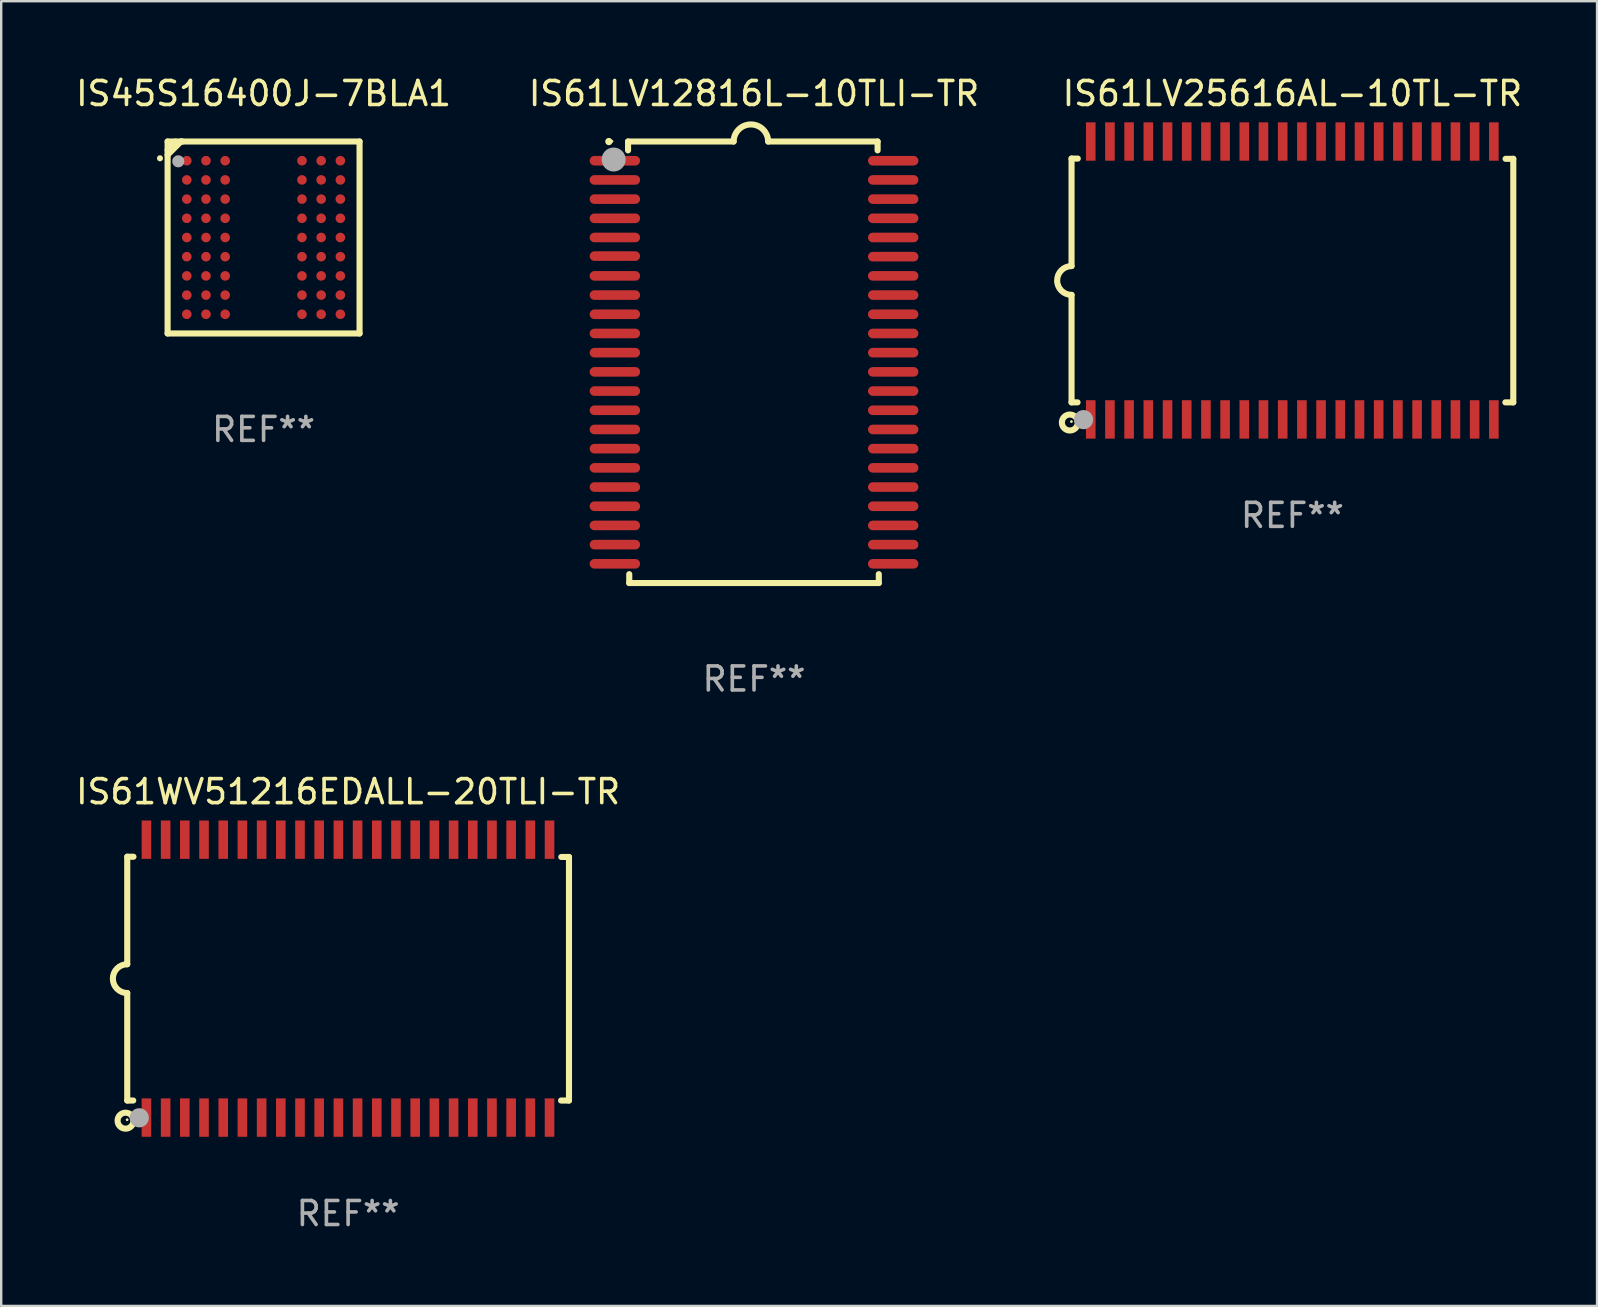
<source format=kicad_pcb>
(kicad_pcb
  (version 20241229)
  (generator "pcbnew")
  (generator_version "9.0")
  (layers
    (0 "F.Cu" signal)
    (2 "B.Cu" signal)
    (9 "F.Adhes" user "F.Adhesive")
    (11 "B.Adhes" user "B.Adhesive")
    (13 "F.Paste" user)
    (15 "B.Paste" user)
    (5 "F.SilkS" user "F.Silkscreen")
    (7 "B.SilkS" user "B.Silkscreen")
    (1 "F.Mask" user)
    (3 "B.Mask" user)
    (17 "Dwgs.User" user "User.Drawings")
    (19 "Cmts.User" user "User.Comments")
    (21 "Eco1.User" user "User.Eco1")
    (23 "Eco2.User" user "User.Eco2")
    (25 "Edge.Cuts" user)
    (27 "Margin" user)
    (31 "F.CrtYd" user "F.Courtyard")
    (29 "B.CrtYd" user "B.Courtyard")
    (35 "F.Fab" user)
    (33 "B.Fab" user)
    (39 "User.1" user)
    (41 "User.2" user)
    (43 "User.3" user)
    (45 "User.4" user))
  (footprint "IS61LV12816L-10TLI-TR"
    (layer "F.Cu")
    (at 28.375 12.048)
    (property "Reference" "IS61LV12816L-10TLI-TR" (at 0 -11.2 0) (layer "F.SilkS") (effects (font (size 1 1) (thickness 0.15))))
    (attr through_hole)
    (fp_line (start -5.25 -9.2) (end -5.25 -8.831) (stroke (width 0.254) (type solid)) (layer "F.SilkS"))
    (fp_line (start -5.2 8.831) (end -5.2 9.2) (stroke (width 0.254) (type solid)) (layer "F.SilkS"))
    (fp_line (start -0.85 -9.2) (end -5.25 -9.2) (stroke (width 0.254) (type solid)) (layer "F.SilkS"))
    (fp_line (start 5.15 -9.2) (end 0.59 -9.2) (stroke (width 0.254) (type solid)) (layer "F.SilkS"))
    (fp_line (start 5.15 -9.2) (end 5.15 -8.831) (stroke (width 0.254) (type solid)) (layer "F.SilkS"))
    (fp_line (start 5.2 8.831) (end 5.2 9.2) (stroke (width 0.254) (type solid)) (layer "F.SilkS"))
    (fp_line (start 5.2 9.2) (end -5.2 9.2) (stroke (width 0.254) (type solid)) (layer "F.SilkS"))
    (fp_arc (start -6.050216 -9.197485) (mid -6.050221 -9.198755) (end -6.050216 -9.200025) (stroke (width 0.3) (type solid)) (layer "F.SilkS"))
    (fp_arc (start -0.850317 -9.2) (mid -0.130352 -9.919964) (end 0.589637 -9.200025) (stroke (width 0.254001) (type solid)) (layer "F.SilkS"))
    (fp_circle (center -5.92 -9.21) (end -5.89 -9.21) (stroke (width 0.06) (type solid)) (fill no) (layer "F.SilkS"))
    (fp_circle (center -5.85 -8.45) (end -5.6 -8.45) (stroke (width 0.5) (type solid)) (fill no) (layer "F.Fab"))
    (fp_text user "REF**" (at 0 13.2 0) (layer "F.Fab") (effects (font (size 1 1) (thickness 0.15))))
    (pad "1" smd oval (at -5.8 -8.4) (size 2.1 0.4) (layers "F.Cu" "F.Mask" "F.Paste"))
    (pad "2" smd oval (at -5.8 -7.6) (size 2.1 0.4) (layers "F.Cu" "F.Mask" "F.Paste"))
    (pad "3" smd oval (at -5.8 -6.8) (size 2.1 0.4) (layers "F.Cu" "F.Mask" "F.Paste"))
    (pad "4" smd oval (at -5.8 -6) (size 2.1 0.4) (layers "F.Cu" "F.Mask" "F.Paste"))
    (pad "5" smd oval (at -5.8 -5.2) (size 2.1 0.4) (layers "F.Cu" "F.Mask" "F.Paste"))
    (pad "6" smd oval (at -5.8 -4.425) (size 2.1 0.4) (layers "F.Cu" "F.Mask" "F.Paste"))
    (pad "7" smd oval (at -5.8 -3.6) (size 2.1 0.4) (layers "F.Cu" "F.Mask" "F.Paste"))
    (pad "8" smd oval (at -5.8 -2.8) (size 2.1 0.4) (layers "F.Cu" "F.Mask" "F.Paste"))
    (pad "9" smd oval (at -5.8 -2) (size 2.1 0.4) (layers "F.Cu" "F.Mask" "F.Paste"))
    (pad "10" smd oval (at -5.8 -1.2) (size 2.1 0.4) (layers "F.Cu" "F.Mask" "F.Paste"))
    (pad "11" smd oval (at -5.8 -0.4) (size 2.1 0.4) (layers "F.Cu" "F.Mask" "F.Paste"))
    (pad "12" smd oval (at -5.8 0.4) (size 2.1 0.4) (layers "F.Cu" "F.Mask" "F.Paste"))
    (pad "13" smd oval (at -5.8 1.2) (size 2.1 0.4) (layers "F.Cu" "F.Mask" "F.Paste"))
    (pad "14" smd oval (at -5.8 2) (size 2.1 0.4) (layers "F.Cu" "F.Mask" "F.Paste"))
    (pad "15" smd oval (at -5.8 2.8) (size 2.1 0.4) (layers "F.Cu" "F.Mask" "F.Paste"))
    (pad "16" smd oval (at -5.8 3.6) (size 2.1 0.4) (layers "F.Cu" "F.Mask" "F.Paste"))
    (pad "17" smd oval (at -5.8 4.4) (size 2.1 0.4) (layers "F.Cu" "F.Mask" "F.Paste"))
    (pad "18" smd oval (at -5.8 5.2) (size 2.1 0.4) (layers "F.Cu" "F.Mask" "F.Paste"))
    (pad "19" smd oval (at -5.8 6) (size 2.1 0.4) (layers "F.Cu" "F.Mask" "F.Paste"))
    (pad "20" smd oval (at -5.8 6.8) (size 2.1 0.4) (layers "F.Cu" "F.Mask" "F.Paste"))
    (pad "21" smd oval (at -5.8 7.6) (size 2.1 0.4) (layers "F.Cu" "F.Mask" "F.Paste"))
    (pad "22" smd oval (at -5.8 8.4) (size 2.1 0.4) (layers "F.Cu" "F.Mask" "F.Paste"))
    (pad "23" smd oval (at 5.8 8.4) (size 2.1 0.4) (layers "F.Cu" "F.Mask" "F.Paste"))
    (pad "24" smd oval (at 5.8 7.6) (size 2.1 0.4) (layers "F.Cu" "F.Mask" "F.Paste"))
    (pad "25" smd oval (at 5.8 6.8) (size 2.1 0.4) (layers "F.Cu" "F.Mask" "F.Paste"))
    (pad "26" smd oval (at 5.8 6) (size 2.1 0.4) (layers "F.Cu" "F.Mask" "F.Paste"))
    (pad "27" smd oval (at 5.8 5.2) (size 2.1 0.4) (layers "F.Cu" "F.Mask" "F.Paste"))
    (pad "28" smd oval (at 5.8 4.4) (size 2.1 0.4) (layers "F.Cu" "F.Mask" "F.Paste"))
    (pad "29" smd oval (at 5.8 3.6) (size 2.1 0.4) (layers "F.Cu" "F.Mask" "F.Paste"))
    (pad "30" smd oval (at 5.8 2.8) (size 2.1 0.4) (layers "F.Cu" "F.Mask" "F.Paste"))
    (pad "31" smd oval (at 5.8 2) (size 2.1 0.4) (layers "F.Cu" "F.Mask" "F.Paste"))
    (pad "32" smd oval (at 5.8 1.2) (size 2.1 0.4) (layers "F.Cu" "F.Mask" "F.Paste"))
    (pad "33" smd oval (at 5.8 0.4) (size 2.1 0.4) (layers "F.Cu" "F.Mask" "F.Paste"))
    (pad "34" smd oval (at 5.8 -0.4) (size 2.1 0.4) (layers "F.Cu" "F.Mask" "F.Paste"))
    (pad "35" smd oval (at 5.8 -1.2) (size 2.1 0.4) (layers "F.Cu" "F.Mask" "F.Paste"))
    (pad "36" smd oval (at 5.8 -2) (size 2.1 0.4) (layers "F.Cu" "F.Mask" "F.Paste"))
    (pad "37" smd oval (at 5.8 -2.8) (size 2.1 0.4) (layers "F.Cu" "F.Mask" "F.Paste"))
    (pad "38" smd oval (at 5.8 -3.6) (size 2.1 0.4) (layers "F.Cu" "F.Mask" "F.Paste"))
    (pad "39" smd oval (at 5.8 -4.4) (size 2.1 0.4) (layers "F.Cu" "F.Mask" "F.Paste"))
    (pad "40" smd oval (at 5.8 -5.2) (size 2.1 0.4) (layers "F.Cu" "F.Mask" "F.Paste"))
    (pad "41" smd oval (at 5.8 -6) (size 2.1 0.4) (layers "F.Cu" "F.Mask" "F.Paste"))
    (pad "42" smd oval (at 5.8 -6.8) (size 2.1 0.4) (layers "F.Cu" "F.Mask" "F.Paste"))
    (pad "43" smd oval (at 5.8 -7.6) (size 2.1 0.4) (layers "F.Cu" "F.Mask" "F.Paste"))
    (pad "44" smd oval (at 5.8 -8.4) (size 2.1 0.4) (layers "F.Cu" "F.Mask" "F.Paste")))
  (footprint "IS61WV51216EDALL-20TLI-TR"
    (layer "F.Cu")
    (at 11.458 37.736)
    (property "Reference" "IS61WV51216EDALL-20TLI-TR" (at 0 -7.791 0) (layer "F.SilkS") (effects (font (size 1 1) (thickness 0.15))))
    (attr through_hole)
    (fp_line (start -9.205 -5.08) (end -9.205 -0.6) (stroke (width 0.254) (type solid)) (layer "F.SilkS"))
    (fp_line (start -9.205 5.08) (end -9.205 0.6) (stroke (width 0.254) (type solid)) (layer "F.SilkS"))
    (fp_line (start -8.955 5.08) (end -9.205 5.08) (stroke (width 0.254) (type solid)) (layer "F.SilkS"))
    (fp_line (start -8.945 -5.08) (end -9.205 -5.08) (stroke (width 0.254) (type solid)) (layer "F.SilkS"))
    (fp_line (start 8.885 -5.07) (end 9.205 -5.07) (stroke (width 0.254) (type solid)) (layer "F.SilkS"))
    (fp_line (start 9.205 -5.07) (end 9.205 5.08) (stroke (width 0.254) (type solid)) (layer "F.SilkS"))
    (fp_line (start 9.205 5.08) (end 8.875 5.08) (stroke (width 0.254) (type solid)) (layer "F.SilkS"))
    (fp_arc (start -9.204978 0.6) (mid -9.804623 0.000241) (end -9.204902 -0.599442) (stroke (width 0.254001) (type solid)) (layer "F.SilkS"))
    (fp_circle (center -9.275 5.92) (end -8.942 5.92) (stroke (width 0.254) (type solid)) (fill no) (layer "F.SilkS"))
    (fp_circle (center -9.21 5.88) (end -9.18 5.88) (stroke (width 0.06) (type solid)) (fill no) (layer "F.SilkS"))
    (fp_circle (center -8.705 5.8) (end -8.505 5.8) (stroke (width 0.4) (type solid)) (fill no) (layer "F.Fab"))
    (fp_text user "REF**" (at 0 9.791 0) (layer "F.Fab") (effects (font (size 1 1) (thickness 0.15))))
    (pad "1" smd rect (at -8.405 5.791) (size 0.4 1.6) (layers "F.Cu" "F.Mask" "F.Paste"))
    (pad "2" smd rect (at -7.605 5.791) (size 0.4 1.6) (layers "F.Cu" "F.Mask" "F.Paste"))
    (pad "3" smd rect (at -6.806 5.791) (size 0.4 1.6) (layers "F.Cu" "F.Mask" "F.Paste"))
    (pad "4" smd rect (at -6.005 5.791) (size 0.4 1.6) (layers "F.Cu" "F.Mask" "F.Paste"))
    (pad "5" smd rect (at -5.204 5.791) (size 0.4 1.6) (layers "F.Cu" "F.Mask" "F.Paste"))
    (pad "6" smd rect (at -4.405 5.791) (size 0.4 1.6) (layers "F.Cu" "F.Mask" "F.Paste"))
    (pad "7" smd rect (at -3.604 5.791) (size 0.4 1.6) (layers "F.Cu" "F.Mask" "F.Paste"))
    (pad "8" smd rect (at -2.805 5.791) (size 0.4 1.6) (layers "F.Cu" "F.Mask" "F.Paste"))
    (pad "9" smd rect (at -2.005 5.791) (size 0.4 1.6) (layers "F.Cu" "F.Mask" "F.Paste"))
    (pad "10" smd rect (at -1.206 5.791) (size 0.4 1.6) (layers "F.Cu" "F.Mask" "F.Paste"))
    (pad "11" smd rect (at -0.405 5.791) (size 0.4 1.6) (layers "F.Cu" "F.Mask" "F.Paste"))
    (pad "12" smd rect (at 0.395 5.791) (size 0.4 1.6) (layers "F.Cu" "F.Mask" "F.Paste"))
    (pad "13" smd rect (at 1.194 5.791) (size 0.4 1.6) (layers "F.Cu" "F.Mask" "F.Paste"))
    (pad "14" smd rect (at 1.995 5.791) (size 0.4 1.6) (layers "F.Cu" "F.Mask" "F.Paste"))
    (pad "15" smd rect (at 2.796 5.791) (size 0.4 1.6) (layers "F.Cu" "F.Mask" "F.Paste"))
    (pad "16" smd rect (at 3.595 5.791) (size 0.4 1.6) (layers "F.Cu" "F.Mask" "F.Paste"))
    (pad "17" smd rect (at 4.396 5.791) (size 0.4 1.6) (layers "F.Cu" "F.Mask" "F.Paste"))
    (pad "18" smd rect (at 5.196 5.791) (size 0.4 1.6) (layers "F.Cu" "F.Mask" "F.Paste"))
    (pad "19" smd rect (at 5.995 5.791) (size 0.4 1.6) (layers "F.Cu" "F.Mask" "F.Paste"))
    (pad "20" smd rect (at 6.794 5.791) (size 0.4 1.6) (layers "F.Cu" "F.Mask" "F.Paste"))
    (pad "21" smd rect (at 7.595 5.791) (size 0.4 1.6) (layers "F.Cu" "F.Mask" "F.Paste"))
    (pad "22" smd rect (at 8.395 5.791) (size 0.4 1.6) (layers "F.Cu" "F.Mask" "F.Paste"))
    (pad "23" smd rect (at 8.395 -5.791) (size 0.4 1.6) (layers "F.Cu" "F.Mask" "F.Paste"))
    (pad "24" smd rect (at 7.595 -5.791) (size 0.4 1.6) (layers "F.Cu" "F.Mask" "F.Paste"))
    (pad "25" smd rect (at 6.794 -5.791) (size 0.4 1.6) (layers "F.Cu" "F.Mask" "F.Paste"))
    (pad "26" smd rect (at 5.995 -5.791) (size 0.4 1.6) (layers "F.Cu" "F.Mask" "F.Paste"))
    (pad "27" smd rect (at 5.196 -5.791) (size 0.4 1.6) (layers "F.Cu" "F.Mask" "F.Paste"))
    (pad "28" smd rect (at 4.396 -5.791) (size 0.4 1.6) (layers "F.Cu" "F.Mask" "F.Paste"))
    (pad "29" smd rect (at 3.595 -5.791) (size 0.4 1.6) (layers "F.Cu" "F.Mask" "F.Paste"))
    (pad "30" smd rect (at 2.796 -5.791) (size 0.4 1.6) (layers "F.Cu" "F.Mask" "F.Paste"))
    (pad "31" smd rect (at 1.995 -5.791) (size 0.4 1.6) (layers "F.Cu" "F.Mask" "F.Paste"))
    (pad "32" smd rect (at 1.194 -5.791) (size 0.4 1.6) (layers "F.Cu" "F.Mask" "F.Paste"))
    (pad "33" smd rect (at 0.395 -5.791) (size 0.4 1.6) (layers "F.Cu" "F.Mask" "F.Paste"))
    (pad "34" smd rect (at -0.405 -5.791) (size 0.4 1.6) (layers "F.Cu" "F.Mask" "F.Paste"))
    (pad "35" smd rect (at -1.206 -5.791) (size 0.4 1.6) (layers "F.Cu" "F.Mask" "F.Paste"))
    (pad "36" smd rect (at -2.005 -5.791) (size 0.4 1.6) (layers "F.Cu" "F.Mask" "F.Paste"))
    (pad "37" smd rect (at -2.805 -5.791) (size 0.4 1.6) (layers "F.Cu" "F.Mask" "F.Paste"))
    (pad "38" smd rect (at -3.604 -5.791) (size 0.4 1.6) (layers "F.Cu" "F.Mask" "F.Paste"))
    (pad "39" smd rect (at -4.405 -5.791) (size 0.4 1.6) (layers "F.Cu" "F.Mask" "F.Paste"))
    (pad "40" smd rect (at -5.204 -5.791) (size 0.4 1.6) (layers "F.Cu" "F.Mask" "F.Paste"))
    (pad "41" smd rect (at -6.005 -5.791) (size 0.4 1.6) (layers "F.Cu" "F.Mask" "F.Paste"))
    (pad "42" smd rect (at -6.806 -5.791) (size 0.4 1.6) (layers "F.Cu" "F.Mask" "F.Paste"))
    (pad "43" smd rect (at -7.605 -5.791) (size 0.4 1.6) (layers "F.Cu" "F.Mask" "F.Paste"))
    (pad "44" smd rect (at -8.405 -5.791) (size 0.4 1.6) (layers "F.Cu" "F.Mask" "F.Paste")))
  (footprint "IS61LV25616AL-10TL-TR"
    (layer "F.Cu")
    (at 50.813 8.639)
    (property "Reference" "IS61LV25616AL-10TL-TR" (at 0 -7.791 0) (layer "F.SilkS") (effects (font (size 1 1) (thickness 0.15))))
    (attr through_hole)
    (fp_line (start -9.205 -5.08) (end -9.205 -0.6) (stroke (width 0.254) (type solid)) (layer "F.SilkS"))
    (fp_line (start -9.205 5.08) (end -9.205 0.6) (stroke (width 0.254) (type solid)) (layer "F.SilkS"))
    (fp_line (start -8.955 5.08) (end -9.205 5.08) (stroke (width 0.254) (type solid)) (layer "F.SilkS"))
    (fp_line (start -8.945 -5.08) (end -9.205 -5.08) (stroke (width 0.254) (type solid)) (layer "F.SilkS"))
    (fp_line (start 8.885 -5.07) (end 9.205 -5.07) (stroke (width 0.254) (type solid)) (layer "F.SilkS"))
    (fp_line (start 9.205 -5.07) (end 9.205 5.08) (stroke (width 0.254) (type solid)) (layer "F.SilkS"))
    (fp_line (start 9.205 5.08) (end 8.875 5.08) (stroke (width 0.254) (type solid)) (layer "F.SilkS"))
    (fp_arc (start -9.204978 0.6) (mid -9.804623 0.000241) (end -9.204902 -0.599442) (stroke (width 0.254001) (type solid)) (layer "F.SilkS"))
    (fp_circle (center -9.275 5.92) (end -8.942 5.92) (stroke (width 0.254) (type solid)) (fill no) (layer "F.SilkS"))
    (fp_circle (center -9.21 5.88) (end -9.18 5.88) (stroke (width 0.06) (type solid)) (fill no) (layer "F.SilkS"))
    (fp_circle (center -8.705 5.8) (end -8.505 5.8) (stroke (width 0.4) (type solid)) (fill no) (layer "F.Fab"))
    (fp_text user "REF**" (at 0 9.791 0) (layer "F.Fab") (effects (font (size 1 1) (thickness 0.15))))
    (pad "1" smd rect (at -8.405 5.791) (size 0.4 1.6) (layers "F.Cu" "F.Mask" "F.Paste"))
    (pad "2" smd rect (at -7.605 5.791) (size 0.4 1.6) (layers "F.Cu" "F.Mask" "F.Paste"))
    (pad "3" smd rect (at -6.806 5.791) (size 0.4 1.6) (layers "F.Cu" "F.Mask" "F.Paste"))
    (pad "4" smd rect (at -6.005 5.791) (size 0.4 1.6) (layers "F.Cu" "F.Mask" "F.Paste"))
    (pad "5" smd rect (at -5.204 5.791) (size 0.4 1.6) (layers "F.Cu" "F.Mask" "F.Paste"))
    (pad "6" smd rect (at -4.405 5.791) (size 0.4 1.6) (layers "F.Cu" "F.Mask" "F.Paste"))
    (pad "7" smd rect (at -3.604 5.791) (size 0.4 1.6) (layers "F.Cu" "F.Mask" "F.Paste"))
    (pad "8" smd rect (at -2.805 5.791) (size 0.4 1.6) (layers "F.Cu" "F.Mask" "F.Paste"))
    (pad "9" smd rect (at -2.005 5.791) (size 0.4 1.6) (layers "F.Cu" "F.Mask" "F.Paste"))
    (pad "10" smd rect (at -1.206 5.791) (size 0.4 1.6) (layers "F.Cu" "F.Mask" "F.Paste"))
    (pad "11" smd rect (at -0.405 5.791) (size 0.4 1.6) (layers "F.Cu" "F.Mask" "F.Paste"))
    (pad "12" smd rect (at 0.395 5.791) (size 0.4 1.6) (layers "F.Cu" "F.Mask" "F.Paste"))
    (pad "13" smd rect (at 1.194 5.791) (size 0.4 1.6) (layers "F.Cu" "F.Mask" "F.Paste"))
    (pad "14" smd rect (at 1.995 5.791) (size 0.4 1.6) (layers "F.Cu" "F.Mask" "F.Paste"))
    (pad "15" smd rect (at 2.796 5.791) (size 0.4 1.6) (layers "F.Cu" "F.Mask" "F.Paste"))
    (pad "16" smd rect (at 3.595 5.791) (size 0.4 1.6) (layers "F.Cu" "F.Mask" "F.Paste"))
    (pad "17" smd rect (at 4.396 5.791) (size 0.4 1.6) (layers "F.Cu" "F.Mask" "F.Paste"))
    (pad "18" smd rect (at 5.196 5.791) (size 0.4 1.6) (layers "F.Cu" "F.Mask" "F.Paste"))
    (pad "19" smd rect (at 5.995 5.791) (size 0.4 1.6) (layers "F.Cu" "F.Mask" "F.Paste"))
    (pad "20" smd rect (at 6.794 5.791) (size 0.4 1.6) (layers "F.Cu" "F.Mask" "F.Paste"))
    (pad "21" smd rect (at 7.595 5.791) (size 0.4 1.6) (layers "F.Cu" "F.Mask" "F.Paste"))
    (pad "22" smd rect (at 8.395 5.791) (size 0.4 1.6) (layers "F.Cu" "F.Mask" "F.Paste"))
    (pad "23" smd rect (at 8.395 -5.791) (size 0.4 1.6) (layers "F.Cu" "F.Mask" "F.Paste"))
    (pad "24" smd rect (at 7.595 -5.791) (size 0.4 1.6) (layers "F.Cu" "F.Mask" "F.Paste"))
    (pad "25" smd rect (at 6.794 -5.791) (size 0.4 1.6) (layers "F.Cu" "F.Mask" "F.Paste"))
    (pad "26" smd rect (at 5.995 -5.791) (size 0.4 1.6) (layers "F.Cu" "F.Mask" "F.Paste"))
    (pad "27" smd rect (at 5.196 -5.791) (size 0.4 1.6) (layers "F.Cu" "F.Mask" "F.Paste"))
    (pad "28" smd rect (at 4.396 -5.791) (size 0.4 1.6) (layers "F.Cu" "F.Mask" "F.Paste"))
    (pad "29" smd rect (at 3.595 -5.791) (size 0.4 1.6) (layers "F.Cu" "F.Mask" "F.Paste"))
    (pad "30" smd rect (at 2.796 -5.791) (size 0.4 1.6) (layers "F.Cu" "F.Mask" "F.Paste"))
    (pad "31" smd rect (at 1.995 -5.791) (size 0.4 1.6) (layers "F.Cu" "F.Mask" "F.Paste"))
    (pad "32" smd rect (at 1.194 -5.791) (size 0.4 1.6) (layers "F.Cu" "F.Mask" "F.Paste"))
    (pad "33" smd rect (at 0.395 -5.791) (size 0.4 1.6) (layers "F.Cu" "F.Mask" "F.Paste"))
    (pad "34" smd rect (at -0.405 -5.791) (size 0.4 1.6) (layers "F.Cu" "F.Mask" "F.Paste"))
    (pad "35" smd rect (at -1.206 -5.791) (size 0.4 1.6) (layers "F.Cu" "F.Mask" "F.Paste"))
    (pad "36" smd rect (at -2.005 -5.791) (size 0.4 1.6) (layers "F.Cu" "F.Mask" "F.Paste"))
    (pad "37" smd rect (at -2.805 -5.791) (size 0.4 1.6) (layers "F.Cu" "F.Mask" "F.Paste"))
    (pad "38" smd rect (at -3.604 -5.791) (size 0.4 1.6) (layers "F.Cu" "F.Mask" "F.Paste"))
    (pad "39" smd rect (at -4.405 -5.791) (size 0.4 1.6) (layers "F.Cu" "F.Mask" "F.Paste"))
    (pad "40" smd rect (at -5.204 -5.791) (size 0.4 1.6) (layers "F.Cu" "F.Mask" "F.Paste"))
    (pad "41" smd rect (at -6.005 -5.791) (size 0.4 1.6) (layers "F.Cu" "F.Mask" "F.Paste"))
    (pad "42" smd rect (at -6.806 -5.791) (size 0.4 1.6) (layers "F.Cu" "F.Mask" "F.Paste"))
    (pad "43" smd rect (at -7.605 -5.791) (size 0.4 1.6) (layers "F.Cu" "F.Mask" "F.Paste"))
    (pad "44" smd rect (at -8.405 -5.791) (size 0.4 1.6) (layers "F.Cu" "F.Mask" "F.Paste")))
  (footprint "IS45S16400J-7BLA1"
    (layer "F.Cu")
    (at 7.935 6.848)
    (property "Reference" "IS45S16400J-7BLA1" (at 0 -6 0) (layer "F.SilkS") (effects (font (size 1 1) (thickness 0.15))))
    (attr through_hole)
    (fp_line (start -4 -4) (end 4 -4) (stroke (width 0.254) (type solid)) (layer "F.SilkS"))
    (fp_line (start -4 4) (end -4 -4) (stroke (width 0.254) (type solid)) (layer "F.SilkS"))
    (fp_line (start -3.67 -4) (end -3.67 -3.975) (stroke (width 0.254) (type solid)) (layer "F.SilkS"))
    (fp_line (start -3.67 -3.975) (end -4 -3.645) (stroke (width 0.254) (type solid)) (layer "F.SilkS"))
    (fp_line (start -3.444 -4) (end -4 -3.444) (stroke (width 0.254) (type solid)) (layer "F.SilkS"))
    (fp_line (start -3.383 -4) (end -3.444 -4) (stroke (width 0.254) (type solid)) (layer "F.SilkS"))
    (fp_line (start 4 -4) (end 4 4) (stroke (width 0.254) (type solid)) (layer "F.SilkS"))
    (fp_line (start 4 4) (end -4 4) (stroke (width 0.254) (type solid)) (layer "F.SilkS"))
    (fp_arc (start -4.318009 -3.299467) (mid -4.318015 -3.300737) (end -4.318009 -3.302007) (stroke (width 0.25) (type solid)) (layer "F.SilkS"))
    (fp_circle (center -4 -4) (end -3.97 -4) (stroke (width 0.06) (type solid)) (fill no) (layer "F.SilkS"))
    (fp_circle (center -3.556 -3.175) (end -3.429 -3.175) (stroke (width 0.254) (type solid)) (fill no) (layer "F.Fab"))
    (fp_text user "REF**" (at 0 8 0) (layer "F.Fab") (effects (font (size 1 1) (thickness 0.15))))
    (pad "A1" smd circle (at -3.2 -3.2) (size 0.4 0.4) (layers "F.Cu" "F.Mask" "F.Paste"))
    (pad "A2" smd circle (at -2.4 -3.2) (size 0.4 0.4) (layers "F.Cu" "F.Mask" "F.Paste"))
    (pad "A3" smd circle (at -1.6 -3.2) (size 0.4 0.4) (layers "F.Cu" "F.Mask" "F.Paste"))
    (pad "A7" smd circle (at 1.6 -3.2) (size 0.4 0.4) (layers "F.Cu" "F.Mask" "F.Paste"))
    (pad "A8" smd circle (at 2.4 -3.2) (size 0.4 0.4) (layers "F.Cu" "F.Mask" "F.Paste"))
    (pad "A9" smd circle (at 3.2 -3.2) (size 0.4 0.4) (layers "F.Cu" "F.Mask" "F.Paste"))
    (pad "B1" smd circle (at -3.2 -2.4) (size 0.4 0.4) (layers "F.Cu" "F.Mask" "F.Paste"))
    (pad "B2" smd circle (at -2.4 -2.4) (size 0.4 0.4) (layers "F.Cu" "F.Mask" "F.Paste"))
    (pad "B3" smd circle (at -1.6 -2.4) (size 0.4 0.4) (layers "F.Cu" "F.Mask" "F.Paste"))
    (pad "B7" smd circle (at 1.6 -2.4) (size 0.4 0.4) (layers "F.Cu" "F.Mask" "F.Paste"))
    (pad "B8" smd circle (at 2.4 -2.4) (size 0.4 0.4) (layers "F.Cu" "F.Mask" "F.Paste"))
    (pad "B9" smd circle (at 3.2 -2.4) (size 0.4 0.4) (layers "F.Cu" "F.Mask" "F.Paste"))
    (pad "C1" smd circle (at -3.2 -1.6) (size 0.4 0.4) (layers "F.Cu" "F.Mask" "F.Paste"))
    (pad "C2" smd circle (at -2.4 -1.6) (size 0.4 0.4) (layers "F.Cu" "F.Mask" "F.Paste"))
    (pad "C3" smd circle (at -1.6 -1.6) (size 0.4 0.4) (layers "F.Cu" "F.Mask" "F.Paste"))
    (pad "C7" smd circle (at 1.6 -1.6) (size 0.4 0.4) (layers "F.Cu" "F.Mask" "F.Paste"))
    (pad "C8" smd circle (at 2.4 -1.6) (size 0.4 0.4) (layers "F.Cu" "F.Mask" "F.Paste"))
    (pad "C9" smd circle (at 3.2 -1.6) (size 0.4 0.4) (layers "F.Cu" "F.Mask" "F.Paste"))
    (pad "D1" smd circle (at -3.2 -0.8) (size 0.4 0.4) (layers "F.Cu" "F.Mask" "F.Paste"))
    (pad "D2" smd circle (at -2.4 -0.8) (size 0.4 0.4) (layers "F.Cu" "F.Mask" "F.Paste"))
    (pad "D3" smd circle (at -1.6 -0.8) (size 0.4 0.4) (layers "F.Cu" "F.Mask" "F.Paste"))
    (pad "D7" smd circle (at 1.6 -0.8) (size 0.4 0.4) (layers "F.Cu" "F.Mask" "F.Paste"))
    (pad "D8" smd circle (at 2.4 -0.8) (size 0.4 0.4) (layers "F.Cu" "F.Mask" "F.Paste"))
    (pad "D9" smd circle (at 3.2 -0.8) (size 0.4 0.4) (layers "F.Cu" "F.Mask" "F.Paste"))
    (pad "E1" smd circle (at -3.2 -0.000127) (size 0.4 0.4) (layers "F.Cu" "F.Mask" "F.Paste"))
    (pad "E2" smd circle (at -2.4 -0.000127) (size 0.4 0.4) (layers "F.Cu" "F.Mask" "F.Paste"))
    (pad "E3" smd circle (at -1.6 -0.000127) (size 0.4 0.4) (layers "F.Cu" "F.Mask" "F.Paste"))
    (pad "E7" smd circle (at 1.6 -0.000127) (size 0.4 0.4) (layers "F.Cu" "F.Mask" "F.Paste"))
    (pad "E8" smd circle (at 2.4 -0.000127) (size 0.4 0.4) (layers "F.Cu" "F.Mask" "F.Paste"))
    (pad "E9" smd circle (at 3.2 -0.000127) (size 0.4 0.4) (layers "F.Cu" "F.Mask" "F.Paste"))
    (pad "F1" smd circle (at -3.2 0.8) (size 0.4 0.4) (layers "F.Cu" "F.Mask" "F.Paste"))
    (pad "F2" smd circle (at -2.4 0.8) (size 0.4 0.4) (layers "F.Cu" "F.Mask" "F.Paste"))
    (pad "F3" smd circle (at -1.6 0.8) (size 0.4 0.4) (layers "F.Cu" "F.Mask" "F.Paste"))
    (pad "F7" smd circle (at 1.6 0.8) (size 0.4 0.4) (layers "F.Cu" "F.Mask" "F.Paste"))
    (pad "F8" smd circle (at 2.4 0.8) (size 0.4 0.4) (layers "F.Cu" "F.Mask" "F.Paste"))
    (pad "F9" smd circle (at 3.2 0.8) (size 0.4 0.4) (layers "F.Cu" "F.Mask" "F.Paste"))
    (pad "G1" smd circle (at -3.2 1.6) (size 0.4 0.4) (layers "F.Cu" "F.Mask" "F.Paste"))
    (pad "G2" smd circle (at -2.4 1.6) (size 0.4 0.4) (layers "F.Cu" "F.Mask" "F.Paste"))
    (pad "G3" smd circle (at -1.6 1.6) (size 0.4 0.4) (layers "F.Cu" "F.Mask" "F.Paste"))
    (pad "G7" smd circle (at 1.6 1.6) (size 0.4 0.4) (layers "F.Cu" "F.Mask" "F.Paste"))
    (pad "G8" smd circle (at 2.4 1.6) (size 0.4 0.4) (layers "F.Cu" "F.Mask" "F.Paste"))
    (pad "G9" smd circle (at 3.2 1.6) (size 0.4 0.4) (layers "F.Cu" "F.Mask" "F.Paste"))
    (pad "H1" smd circle (at -3.2 2.4) (size 0.4 0.4) (layers "F.Cu" "F.Mask" "F.Paste"))
    (pad "H2" smd circle (at -2.4 2.4) (size 0.4 0.4) (layers "F.Cu" "F.Mask" "F.Paste"))
    (pad "H3" smd circle (at -1.6 2.4) (size 0.4 0.4) (layers "F.Cu" "F.Mask" "F.Paste"))
    (pad "H7" smd circle (at 1.6 2.4) (size 0.4 0.4) (layers "F.Cu" "F.Mask" "F.Paste"))
    (pad "H8" smd circle (at 2.4 2.4) (size 0.4 0.4) (layers "F.Cu" "F.Mask" "F.Paste"))
    (pad "H9" smd circle (at 3.2 2.4) (size 0.4 0.4) (layers "F.Cu" "F.Mask" "F.Paste"))
    (pad "J1" smd circle (at -3.2 3.2) (size 0.4 0.4) (layers "F.Cu" "F.Mask" "F.Paste"))
    (pad "J2" smd circle (at -2.4 3.2) (size 0.4 0.4) (layers "F.Cu" "F.Mask" "F.Paste"))
    (pad "J3" smd circle (at -1.6 3.2) (size 0.4 0.4) (layers "F.Cu" "F.Mask" "F.Paste"))
    (pad "J7" smd circle (at 1.6 3.2) (size 0.4 0.4) (layers "F.Cu" "F.Mask" "F.Paste"))
    (pad "J8" smd circle (at 2.4 3.2) (size 0.4 0.4) (layers "F.Cu" "F.Mask" "F.Paste"))
    (pad "J9" smd circle (at 3.2 3.2) (size 0.4 0.4) (layers "F.Cu" "F.Mask" "F.Paste")))
  (gr_rect
    (start -3 -3)
    (end 63.509 51.376)
    (stroke (width 0.1) (type default))
    (fill no)
    (layer "Edge.Cuts")))
</source>
